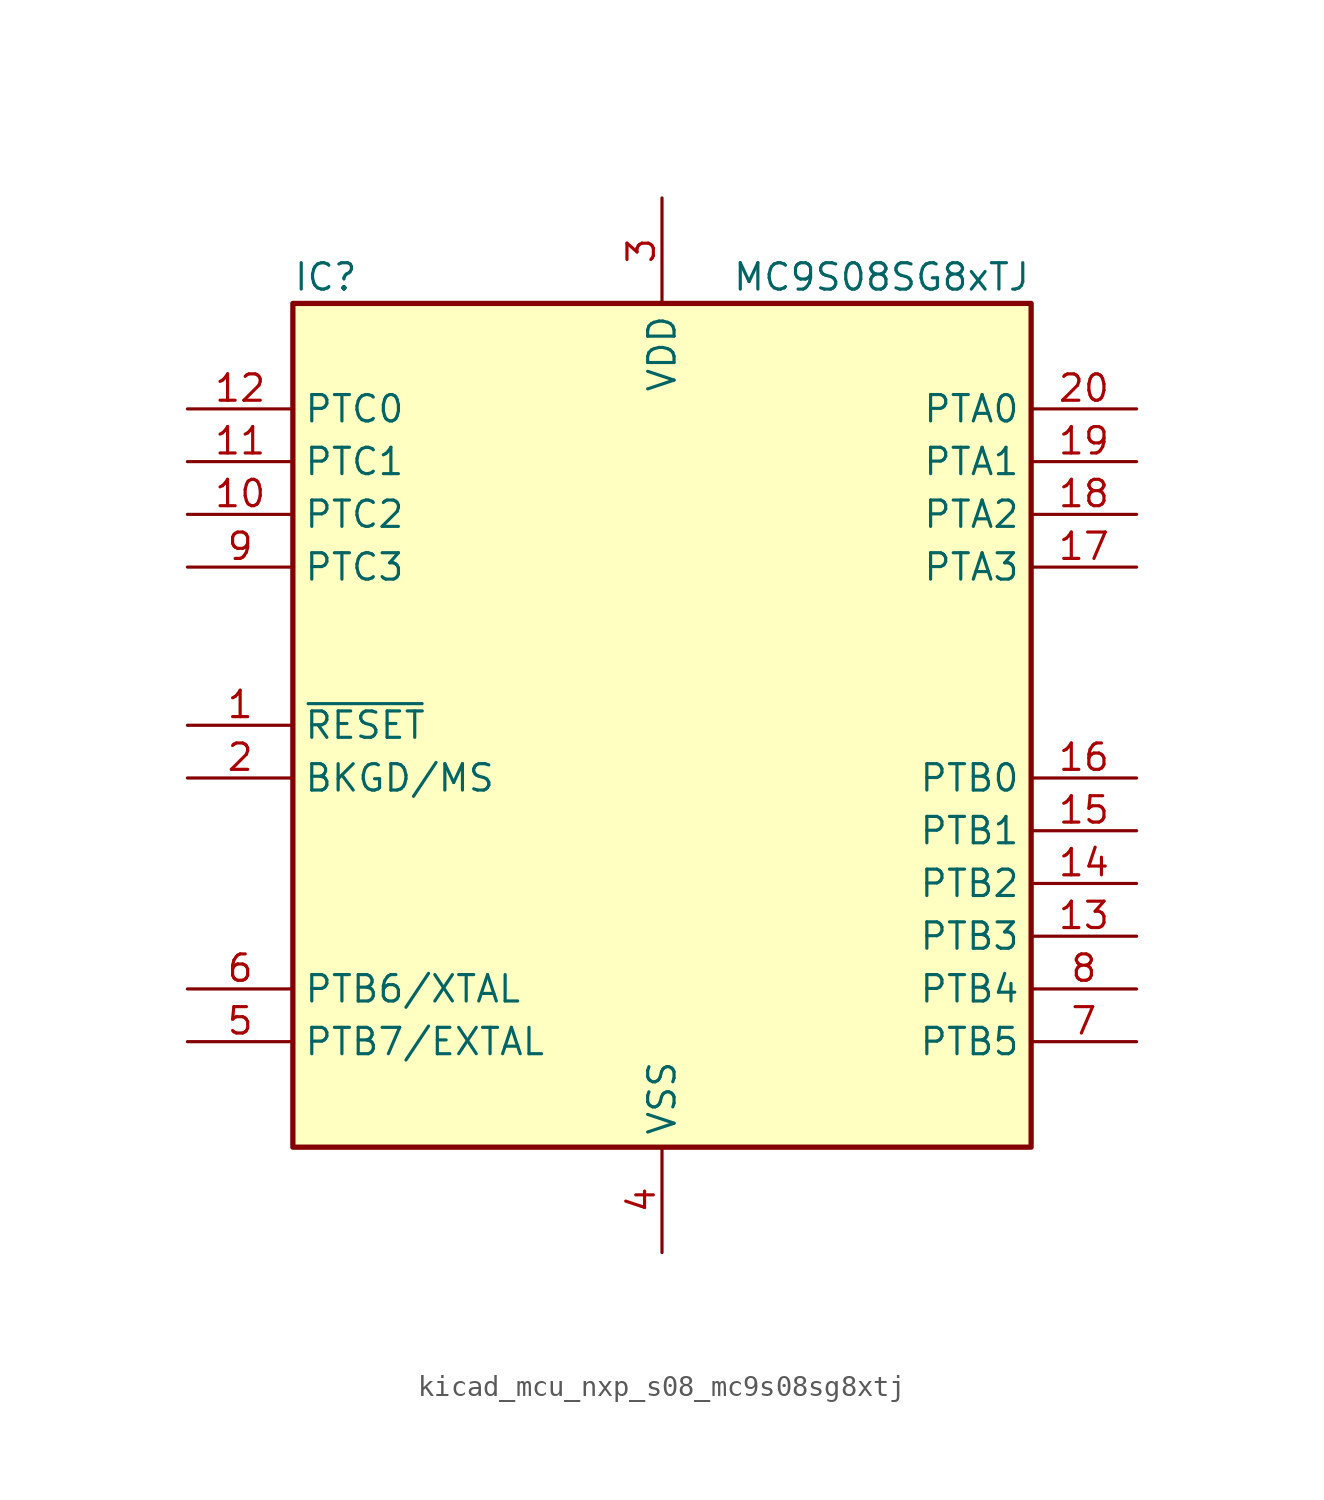
<source format=kicad_sym>
(kicad_symbol_lib
  (version 20220914)
  (generator kicad_symbol_editor)
  (symbol "kicad_mcu_nxp_s08_mc9s08sg8xtj"
    (property "Reference" "IC"
      (at -17.78 21.59 0)
      (effects (font (size 1.27 1.27)) (justify left)))
    (property "Value" "MC9S08SG8xTJ"
      (at 17.78 21.59 0)
      (effects (font (size 1.27 1.27)) (justify right)))
    (symbol "kicad_mcu_nxp_s08_mc9s08sg8xtj_0_1"
      (rectangle (start -17.78 20.32) (end 17.78 -20.32) (stroke (width 0.254) (type default)) (fill (type background))))
    (symbol "kicad_mcu_nxp_s08_mc9s08sg8xtj_1_1"
      (pin input line (at -22.86 0 0) (length 5.08) (name "~{RESET}" (effects (font (size 1.27 1.27)))) (number "1" (effects (font (size 1.27 1.27)))))
      (pin bidirectional line (at -22.86 10.16 0) (length 5.08) (name "PTC2" (effects (font (size 1.27 1.27)))) (number "10" (effects (font (size 1.27 1.27)))))
      (pin bidirectional line (at -22.86 12.7 0) (length 5.08) (name "PTC1" (effects (font (size 1.27 1.27)))) (number "11" (effects (font (size 1.27 1.27)))))
      (pin bidirectional line (at -22.86 15.24 0) (length 5.08) (name "PTC0" (effects (font (size 1.27 1.27)))) (number "12" (effects (font (size 1.27 1.27)))))
      (pin bidirectional line (at 22.86 -10.16 180) (length 5.08) (name "PTB3" (effects (font (size 1.27 1.27)))) (number "13" (effects (font (size 1.27 1.27)))))
      (pin bidirectional line (at 22.86 -7.62 180) (length 5.08) (name "PTB2" (effects (font (size 1.27 1.27)))) (number "14" (effects (font (size 1.27 1.27)))))
      (pin bidirectional line (at 22.86 -5.08 180) (length 5.08) (name "PTB1" (effects (font (size 1.27 1.27)))) (number "15" (effects (font (size 1.27 1.27)))))
      (pin bidirectional line (at 22.86 -2.54 180) (length 5.08) (name "PTB0" (effects (font (size 1.27 1.27)))) (number "16" (effects (font (size 1.27 1.27)))))
      (pin bidirectional line (at 22.86 7.62 180) (length 5.08) (name "PTA3" (effects (font (size 1.27 1.27)))) (number "17" (effects (font (size 1.27 1.27)))))
      (pin bidirectional line (at 22.86 10.16 180) (length 5.08) (name "PTA2" (effects (font (size 1.27 1.27)))) (number "18" (effects (font (size 1.27 1.27)))))
      (pin bidirectional line (at 22.86 12.7 180) (length 5.08) (name "PTA1" (effects (font (size 1.27 1.27)))) (number "19" (effects (font (size 1.27 1.27)))))
      (pin bidirectional line (at -22.86 -2.54 0) (length 5.08) (name "BKGD/MS" (effects (font (size 1.27 1.27)))) (number "2" (effects (font (size 1.27 1.27)))))
      (pin bidirectional line (at 22.86 15.24 180) (length 5.08) (name "PTA0" (effects (font (size 1.27 1.27)))) (number "20" (effects (font (size 1.27 1.27)))))
      (pin power_in line (at 0 25.4 270) (length 5.08) (name "VDD" (effects (font (size 1.27 1.27)))) (number "3" (effects (font (size 1.27 1.27)))))
      (pin power_in line (at 0 -25.4 90) (length 5.08) (name "VSS" (effects (font (size 1.27 1.27)))) (number "4" (effects (font (size 1.27 1.27)))))
      (pin bidirectional line (at -22.86 -15.24 0) (length 5.08) (name "PTB7/EXTAL" (effects (font (size 1.27 1.27)))) (number "5" (effects (font (size 1.27 1.27)))))
      (pin bidirectional line (at -22.86 -12.7 0) (length 5.08) (name "PTB6/XTAL" (effects (font (size 1.27 1.27)))) (number "6" (effects (font (size 1.27 1.27)))))
      (pin bidirectional line (at 22.86 -15.24 180) (length 5.08) (name "PTB5" (effects (font (size 1.27 1.27)))) (number "7" (effects (font (size 1.27 1.27)))))
      (pin bidirectional line (at 22.86 -12.7 180) (length 5.08) (name "PTB4" (effects (font (size 1.27 1.27)))) (number "8" (effects (font (size 1.27 1.27)))))
      (pin bidirectional line (at -22.86 7.62 0) (length 5.08) (name "PTC3" (effects (font (size 1.27 1.27)))) (number "9" (effects (font (size 1.27 1.27))))))))
</source>
